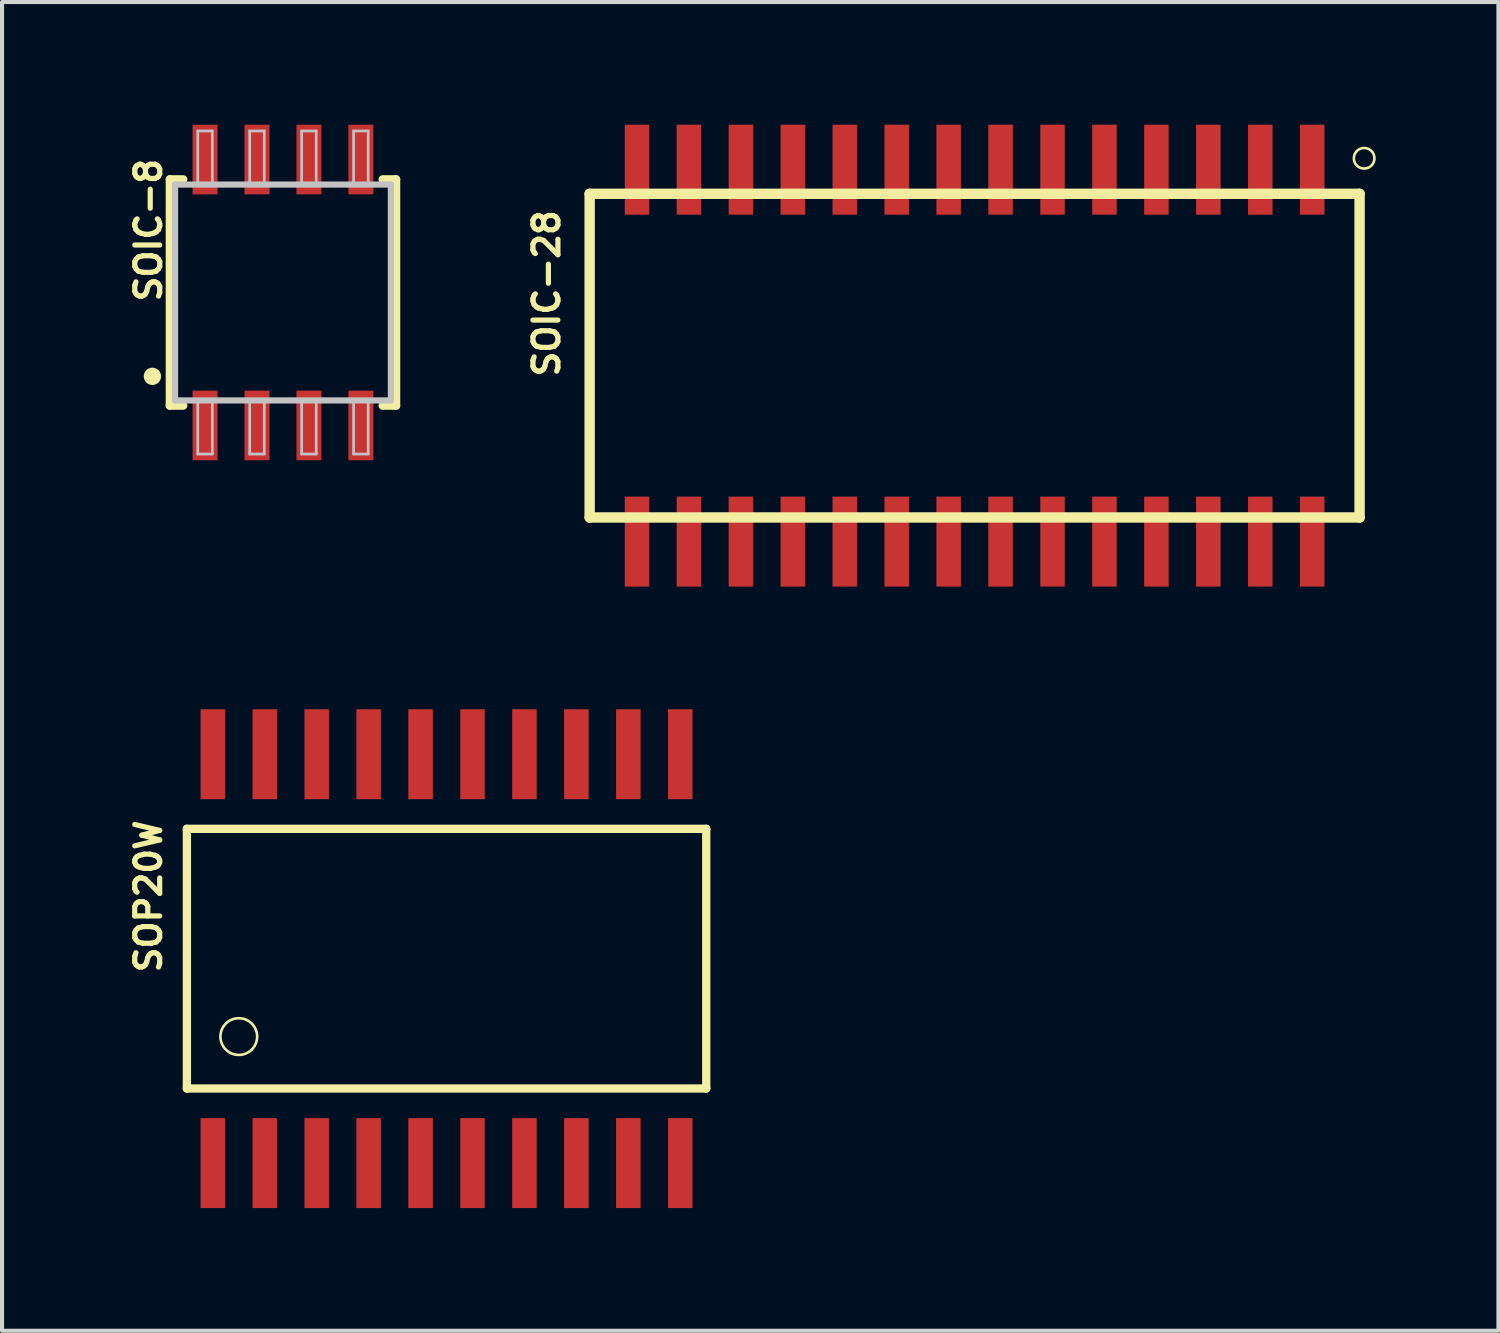
<source format=kicad_pcb>
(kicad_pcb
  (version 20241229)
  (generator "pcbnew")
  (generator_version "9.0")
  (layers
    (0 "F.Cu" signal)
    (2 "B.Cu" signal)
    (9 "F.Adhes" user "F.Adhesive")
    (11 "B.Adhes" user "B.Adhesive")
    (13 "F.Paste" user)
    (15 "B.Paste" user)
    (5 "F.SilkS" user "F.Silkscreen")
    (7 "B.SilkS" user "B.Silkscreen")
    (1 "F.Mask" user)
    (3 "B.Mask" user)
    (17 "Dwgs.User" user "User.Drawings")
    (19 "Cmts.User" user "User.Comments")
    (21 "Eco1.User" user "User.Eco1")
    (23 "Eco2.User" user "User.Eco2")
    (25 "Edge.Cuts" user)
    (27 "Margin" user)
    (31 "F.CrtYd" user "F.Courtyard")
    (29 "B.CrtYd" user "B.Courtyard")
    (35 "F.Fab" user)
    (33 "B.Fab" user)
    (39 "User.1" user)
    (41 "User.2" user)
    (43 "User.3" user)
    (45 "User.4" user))
  (footprint "SOP20W"
    (layer "F.Cu")
    (at 7.869 20.391)
    (property "Reference" "SOP20W" (at -7.29 -1.524 90) (layer "F.SilkS") (effects (font (size 0.61 0.61) (thickness 0.127))))
    (attr smd)
    (fp_line (start -6.35 -3.175) (end 6.35 -3.175) (stroke (width 0.203) (type solid)) (layer "F.SilkS"))
    (fp_line (start -6.35 3.175) (end -6.35 -3.175) (stroke (width 0.203) (type solid)) (layer "F.SilkS"))
    (fp_line (start 6.35 -3.175) (end 6.35 3.175) (stroke (width 0.203) (type solid)) (layer "F.SilkS"))
    (fp_line (start 6.35 3.175) (end -6.35 3.175) (stroke (width 0.203) (type solid)) (layer "F.SilkS"))
    (fp_circle (center -5.08 1.905) (end -5.397 2.223) (stroke (width 0.064) (type solid)) (fill no) (layer "F.SilkS"))
    (pad "1" smd rect (at -5.715 4.999) (size 0.599 2.2) (layers "F.Cu" "F.Mask" "F.Paste"))
    (pad "2" smd rect (at -4.445 4.999) (size 0.599 2.2) (layers "F.Cu" "F.Mask" "F.Paste"))
    (pad "3" smd rect (at -3.175 4.999) (size 0.599 2.2) (layers "F.Cu" "F.Mask" "F.Paste"))
    (pad "4" smd rect (at -1.905 4.999) (size 0.599 2.2) (layers "F.Cu" "F.Mask" "F.Paste"))
    (pad "5" smd rect (at -0.635 4.999) (size 0.599 2.2) (layers "F.Cu" "F.Mask" "F.Paste"))
    (pad "6" smd rect (at 0.635 4.999) (size 0.599 2.2) (layers "F.Cu" "F.Mask" "F.Paste"))
    (pad "7" smd rect (at 1.905 4.999) (size 0.599 2.2) (layers "F.Cu" "F.Mask" "F.Paste"))
    (pad "8" smd rect (at 3.175 4.999) (size 0.599 2.2) (layers "F.Cu" "F.Mask" "F.Paste"))
    (pad "9" smd rect (at 4.445 4.999) (size 0.599 2.2) (layers "F.Cu" "F.Mask" "F.Paste"))
    (pad "10" smd rect (at 5.715 4.999) (size 0.599 2.2) (layers "F.Cu" "F.Mask" "F.Paste"))
    (pad "11" smd rect (at 5.715 -4.999) (size 0.599 2.2) (layers "F.Cu" "F.Mask" "F.Paste"))
    (pad "12" smd rect (at 4.445 -4.999) (size 0.599 2.2) (layers "F.Cu" "F.Mask" "F.Paste"))
    (pad "13" smd rect (at 3.175 -4.999) (size 0.599 2.2) (layers "F.Cu" "F.Mask" "F.Paste"))
    (pad "14" smd rect (at 1.905 -4.999) (size 0.599 2.2) (layers "F.Cu" "F.Mask" "F.Paste"))
    (pad "15" smd rect (at 0.635 -4.999) (size 0.599 2.2) (layers "F.Cu" "F.Mask" "F.Paste"))
    (pad "16" smd rect (at -0.635 -4.999) (size 0.599 2.2) (layers "F.Cu" "F.Mask" "F.Paste"))
    (pad "17" smd rect (at -1.905 -4.999) (size 0.599 2.2) (layers "F.Cu" "F.Mask" "F.Paste"))
    (pad "18" smd rect (at -3.175 -4.999) (size 0.599 2.2) (layers "F.Cu" "F.Mask" "F.Paste"))
    (pad "19" smd rect (at -4.445 -4.999) (size 0.599 2.2) (layers "F.Cu" "F.Mask" "F.Paste"))
    (pad "20" smd rect (at -5.715 -4.999) (size 0.599 2.2) (layers "F.Cu" "F.Mask" "F.Paste")))
  (footprint "SOIC-28"
    (layer "F.Cu")
    (at 20.146 5.646)
    (property "Reference" "SOIC-28" (at -9.83 -1.524 90) (layer "F.SilkS") (effects (font (size 0.61 0.61) (thickness 0.127))))
    (attr smd)
    (fp_line (start -8.778 -3.957) (end 10.048 -3.957) (stroke (width 0.254) (type solid)) (layer "F.SilkS"))
    (fp_line (start -8.778 3.957) (end -8.778 -3.957) (stroke (width 0.254) (type solid)) (layer "F.SilkS"))
    (fp_line (start 10.048 -3.957) (end 10.048 3.957) (stroke (width 0.254) (type solid)) (layer "F.SilkS"))
    (fp_line (start 10.048 3.957) (end -8.778 3.957) (stroke (width 0.254) (type solid)) (layer "F.SilkS"))
    (fp_circle (center 10.16 -4.826) (end 10.338 -5.004) (stroke (width 0.064) (type solid)) (fill no) (layer "F.SilkS"))
    (pad "1" smd rect (at 8.89 -4.547) (size 0.599 2.2) (layers "F.Cu" "F.Mask" "F.Paste"))
    (pad "2" smd rect (at 7.62 -4.547) (size 0.599 2.2) (layers "F.Cu" "F.Mask" "F.Paste"))
    (pad "3" smd rect (at 6.35 -4.547) (size 0.599 2.2) (layers "F.Cu" "F.Mask" "F.Paste"))
    (pad "4" smd rect (at 5.08 -4.547) (size 0.599 2.2) (layers "F.Cu" "F.Mask" "F.Paste"))
    (pad "5" smd rect (at 3.81 -4.547) (size 0.599 2.2) (layers "F.Cu" "F.Mask" "F.Paste"))
    (pad "6" smd rect (at 2.54 -4.547) (size 0.599 2.2) (layers "F.Cu" "F.Mask" "F.Paste"))
    (pad "7" smd rect (at 1.27 -4.547) (size 0.599 2.2) (layers "F.Cu" "F.Mask" "F.Paste"))
    (pad "8" smd rect (at 0 -4.547) (size 0.599 2.2) (layers "F.Cu" "F.Mask" "F.Paste"))
    (pad "9" smd rect (at -1.27 -4.547) (size 0.599 2.2) (layers "F.Cu" "F.Mask" "F.Paste"))
    (pad "10" smd rect (at -2.54 -4.547) (size 0.599 2.2) (layers "F.Cu" "F.Mask" "F.Paste"))
    (pad "11" smd rect (at -3.81 -4.547) (size 0.599 2.2) (layers "F.Cu" "F.Mask" "F.Paste"))
    (pad "12" smd rect (at -5.08 -4.547) (size 0.599 2.2) (layers "F.Cu" "F.Mask" "F.Paste"))
    (pad "13" smd rect (at -6.35 -4.547) (size 0.599 2.2) (layers "F.Cu" "F.Mask" "F.Paste"))
    (pad "14" smd rect (at -7.62 -4.547) (size 0.599 2.2) (layers "F.Cu" "F.Mask" "F.Paste"))
    (pad "15" smd rect (at -7.62 4.547) (size 0.599 2.2) (layers "F.Cu" "F.Mask" "F.Paste"))
    (pad "16" smd rect (at -6.35 4.547) (size 0.599 2.2) (layers "F.Cu" "F.Mask" "F.Paste"))
    (pad "17" smd rect (at -5.08 4.547) (size 0.599 2.2) (layers "F.Cu" "F.Mask" "F.Paste"))
    (pad "18" smd rect (at -3.81 4.547) (size 0.599 2.2) (layers "F.Cu" "F.Mask" "F.Paste"))
    (pad "19" smd rect (at -2.54 4.547) (size 0.599 2.2) (layers "F.Cu" "F.Mask" "F.Paste"))
    (pad "20" smd rect (at -1.27 4.547) (size 0.599 2.2) (layers "F.Cu" "F.Mask" "F.Paste"))
    (pad "21" smd rect (at 0 4.547) (size 0.599 2.2) (layers "F.Cu" "F.Mask" "F.Paste"))
    (pad "22" smd rect (at 1.27 4.547) (size 0.599 2.2) (layers "F.Cu" "F.Mask" "F.Paste"))
    (pad "23" smd rect (at 2.54 4.547) (size 0.599 2.2) (layers "F.Cu" "F.Mask" "F.Paste"))
    (pad "24" smd rect (at 3.81 4.547) (size 0.599 2.2) (layers "F.Cu" "F.Mask" "F.Paste"))
    (pad "25" smd rect (at 5.08 4.547) (size 0.599 2.2) (layers "F.Cu" "F.Mask" "F.Paste"))
    (pad "26" smd rect (at 6.35 4.547) (size 0.599 2.2) (layers "F.Cu" "F.Mask" "F.Paste"))
    (pad "27" smd rect (at 7.62 4.547) (size 0.599 2.2) (layers "F.Cu" "F.Mask" "F.Paste"))
    (pad "28" smd rect (at 8.89 4.547) (size 0.599 2.2) (layers "F.Cu" "F.Mask" "F.Paste")))
  (footprint "SOIC-8"
    (layer "F.Cu")
    (at 3.869 4.102)
    (property "Reference" "SOIC-8" (at -3.289 -1.524 90) (layer "F.SilkS") (effects (font (size 0.61 0.61) (thickness 0.127))))
    (attr smd)
    (fp_line (start -2.766 -2.766) (end -2.766 2.766) (stroke (width 0.203) (type solid)) (layer "F.SilkS"))
    (fp_line (start -2.766 2.766) (end -2.438 2.766) (stroke (width 0.203) (type solid)) (layer "F.SilkS"))
    (fp_line (start -2.438 -2.766) (end -2.766 -2.766) (stroke (width 0.203) (type solid)) (layer "F.SilkS"))
    (fp_line (start 2.438 2.766) (end 2.766 2.766) (stroke (width 0.203) (type solid)) (layer "F.SilkS"))
    (fp_line (start 2.766 -2.766) (end 2.438 -2.766) (stroke (width 0.203) (type solid)) (layer "F.SilkS"))
    (fp_line (start 2.766 2.766) (end 2.766 -2.766) (stroke (width 0.203) (type solid)) (layer "F.SilkS"))
    (fp_circle (center -3.193 2.05) (end -3.343 2.2) (stroke (width 0) (type solid)) (fill yes) (layer "F.SilkS"))
    (fp_line (start -2.639 -2.639) (end -2.639 2.639) (stroke (width 0.152) (type solid)) (layer "Dwgs.User"))
    (fp_line (start -2.639 2.639) (end 2.639 2.639) (stroke (width 0.152) (type solid)) (layer "Dwgs.User"))
    (fp_line (start -2.083 -3.95) (end -1.727 -3.95) (stroke (width 0.066) (type solid)) (layer "Dwgs.User"))
    (fp_line (start -2.083 -2.639) (end -2.083 -3.95) (stroke (width 0.066) (type solid)) (layer "Dwgs.User"))
    (fp_line (start -2.083 -2.639) (end -1.727 -2.639) (stroke (width 0.066) (type solid)) (layer "Dwgs.User"))
    (fp_line (start -2.083 2.639) (end -1.727 2.639) (stroke (width 0.066) (type solid)) (layer "Dwgs.User"))
    (fp_line (start -2.083 3.95) (end -2.083 2.639) (stroke (width 0.066) (type solid)) (layer "Dwgs.User"))
    (fp_line (start -2.083 3.95) (end -1.727 3.95) (stroke (width 0.066) (type solid)) (layer "Dwgs.User"))
    (fp_line (start -1.727 -2.639) (end -1.727 -3.95) (stroke (width 0.066) (type solid)) (layer "Dwgs.User"))
    (fp_line (start -1.727 3.95) (end -1.727 2.639) (stroke (width 0.066) (type solid)) (layer "Dwgs.User"))
    (fp_line (start -0.813 -3.95) (end -0.457 -3.95) (stroke (width 0.066) (type solid)) (layer "Dwgs.User"))
    (fp_line (start -0.813 -2.639) (end -0.813 -3.95) (stroke (width 0.066) (type solid)) (layer "Dwgs.User"))
    (fp_line (start -0.813 -2.639) (end -0.457 -2.639) (stroke (width 0.066) (type solid)) (layer "Dwgs.User"))
    (fp_line (start -0.813 2.639) (end -0.457 2.639) (stroke (width 0.066) (type solid)) (layer "Dwgs.User"))
    (fp_line (start -0.813 3.95) (end -0.813 2.639) (stroke (width 0.066) (type solid)) (layer "Dwgs.User"))
    (fp_line (start -0.813 3.95) (end -0.457 3.95) (stroke (width 0.066) (type solid)) (layer "Dwgs.User"))
    (fp_line (start -0.457 -2.639) (end -0.457 -3.95) (stroke (width 0.066) (type solid)) (layer "Dwgs.User"))
    (fp_line (start -0.457 3.95) (end -0.457 2.639) (stroke (width 0.066) (type solid)) (layer "Dwgs.User"))
    (fp_line (start 0.457 -3.95) (end 0.813 -3.95) (stroke (width 0.066) (type solid)) (layer "Dwgs.User"))
    (fp_line (start 0.457 -2.639) (end 0.457 -3.95) (stroke (width 0.066) (type solid)) (layer "Dwgs.User"))
    (fp_line (start 0.457 -2.639) (end 0.813 -2.639) (stroke (width 0.066) (type solid)) (layer "Dwgs.User"))
    (fp_line (start 0.457 2.639) (end 0.813 2.639) (stroke (width 0.066) (type solid)) (layer "Dwgs.User"))
    (fp_line (start 0.457 3.95) (end 0.457 2.639) (stroke (width 0.066) (type solid)) (layer "Dwgs.User"))
    (fp_line (start 0.457 3.95) (end 0.813 3.95) (stroke (width 0.066) (type solid)) (layer "Dwgs.User"))
    (fp_line (start 0.813 -2.639) (end 0.813 -3.95) (stroke (width 0.066) (type solid)) (layer "Dwgs.User"))
    (fp_line (start 0.813 3.95) (end 0.813 2.639) (stroke (width 0.066) (type solid)) (layer "Dwgs.User"))
    (fp_line (start 1.727 -3.95) (end 2.083 -3.95) (stroke (width 0.066) (type solid)) (layer "Dwgs.User"))
    (fp_line (start 1.727 -2.639) (end 1.727 -3.95) (stroke (width 0.066) (type solid)) (layer "Dwgs.User"))
    (fp_line (start 1.727 -2.639) (end 2.083 -2.639) (stroke (width 0.066) (type solid)) (layer "Dwgs.User"))
    (fp_line (start 1.727 2.639) (end 2.083 2.639) (stroke (width 0.066) (type solid)) (layer "Dwgs.User"))
    (fp_line (start 1.727 3.95) (end 1.727 2.639) (stroke (width 0.066) (type solid)) (layer "Dwgs.User"))
    (fp_line (start 1.727 3.95) (end 2.083 3.95) (stroke (width 0.066) (type solid)) (layer "Dwgs.User"))
    (fp_line (start 2.083 -2.639) (end 2.083 -3.95) (stroke (width 0.066) (type solid)) (layer "Dwgs.User"))
    (fp_line (start 2.083 3.95) (end 2.083 2.639) (stroke (width 0.066) (type solid)) (layer "Dwgs.User"))
    (fp_line (start 2.639 -2.639) (end -2.639 -2.639) (stroke (width 0.152) (type solid)) (layer "Dwgs.User"))
    (fp_line (start 2.639 2.639) (end 2.639 -2.639) (stroke (width 0.152) (type solid)) (layer "Dwgs.User"))
    (pad "1" smd rect (at -1.905 3.251) (size 0.61 1.702) (layers "F.Cu" "F.Mask" "F.Paste"))
    (pad "2" smd rect (at -0.635 3.251) (size 0.61 1.702) (layers "F.Cu" "F.Mask" "F.Paste"))
    (pad "3" smd rect (at 0.635 3.251) (size 0.61 1.702) (layers "F.Cu" "F.Mask" "F.Paste"))
    (pad "4" smd rect (at 1.905 3.251) (size 0.61 1.702) (layers "F.Cu" "F.Mask" "F.Paste"))
    (pad "5" smd rect (at 1.905 -3.251) (size 0.61 1.702) (layers "F.Cu" "F.Mask" "F.Paste"))
    (pad "6" smd rect (at 0.635 -3.251) (size 0.61 1.702) (layers "F.Cu" "F.Mask" "F.Paste"))
    (pad "7" smd rect (at -0.635 -3.251) (size 0.61 1.702) (layers "F.Cu" "F.Mask" "F.Paste"))
    (pad "8" smd rect (at -1.905 -3.251) (size 0.61 1.702) (layers "F.Cu" "F.Mask" "F.Paste")))
  (gr_rect
    (start -3 -3)
    (end 33.589 29.49)
    (stroke (width 0.1) (type default))
    (fill no)
    (layer "Edge.Cuts")))
</source>
